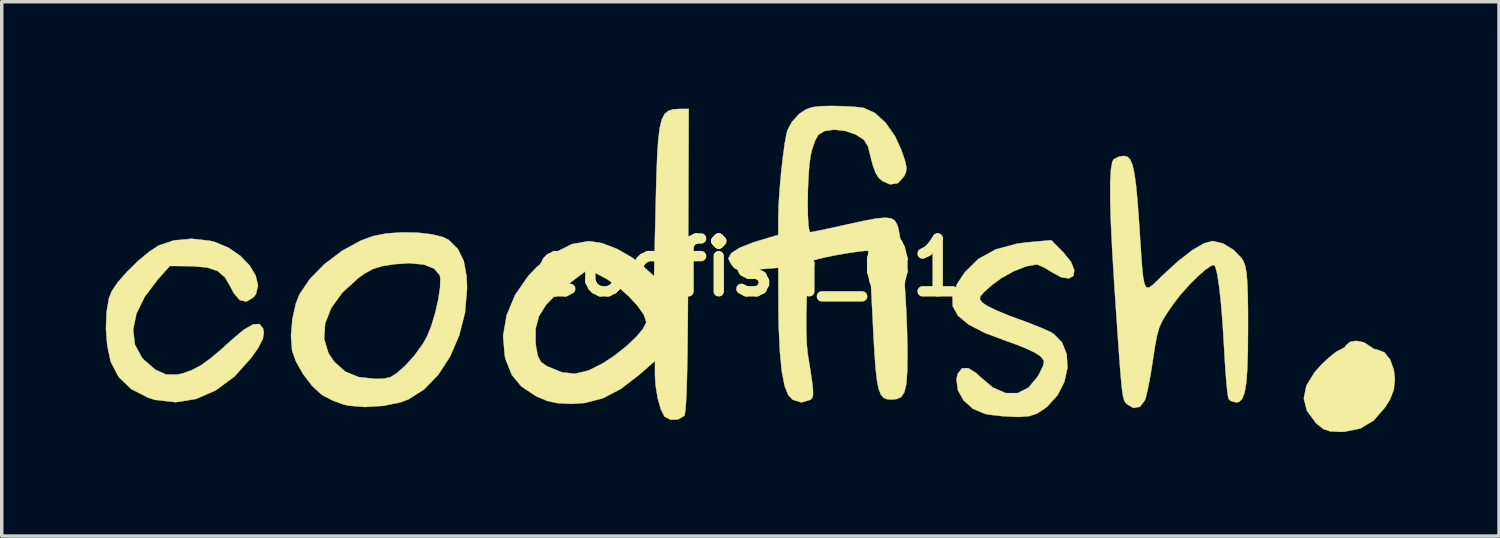
<source format=kicad_pcb>
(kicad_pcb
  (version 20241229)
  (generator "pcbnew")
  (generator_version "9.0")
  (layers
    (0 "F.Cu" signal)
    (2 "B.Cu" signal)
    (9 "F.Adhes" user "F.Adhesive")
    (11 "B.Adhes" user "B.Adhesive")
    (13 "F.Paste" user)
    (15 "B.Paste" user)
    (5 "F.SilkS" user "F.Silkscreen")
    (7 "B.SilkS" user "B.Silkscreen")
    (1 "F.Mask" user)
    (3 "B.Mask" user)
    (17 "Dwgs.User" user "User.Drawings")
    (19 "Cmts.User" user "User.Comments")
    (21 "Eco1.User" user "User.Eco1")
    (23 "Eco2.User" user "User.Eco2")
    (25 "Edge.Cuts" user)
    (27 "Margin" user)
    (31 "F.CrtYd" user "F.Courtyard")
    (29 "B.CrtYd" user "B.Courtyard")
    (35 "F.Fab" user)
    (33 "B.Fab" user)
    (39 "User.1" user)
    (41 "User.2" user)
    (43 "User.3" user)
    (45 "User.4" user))
  (footprint "codfish_01"
    (layer "F.Cu")
    (at 18.547 4.662)
    (property "Reference" "codfish_01" (at 0 0 0) (layer "F.SilkS") (effects (font (size 1.524 1.524) (thickness 0.3))))
    (attr through_hole)
    (fp_poly (pts (xy 17.729 2.158) (xy 17.865 2.244) (xy 18.028 2.352) (xy 18.123 2.371) (xy 18.324 2.449) (xy 18.49 2.655) (xy 18.598 2.952) (xy 18.627 3.219) (xy 18.598 3.524) (xy 18.492 3.799) (xy 18.352 4.026) (xy 18.018 4.412) (xy 17.633 4.644) (xy 17.172 4.738) (xy 17.047 4.741) (xy 16.76 4.726) (xy 16.563 4.659) (xy 16.38 4.513) (xy 16.347 4.481) (xy 16.091 4.136) (xy 16.001 3.778) (xy 16.077 3.404) (xy 16.321 3.011) (xy 16.518 2.794) (xy 16.744 2.584) (xy 16.935 2.432) (xy 17.052 2.371) (xy 17.055 2.371) (xy 17.182 2.302) (xy 17.218 2.244) (xy 17.333 2.149) (xy 17.513 2.117) (xy 17.729 2.158)) (stroke (width 0.01) (type solid)) (fill yes) (layer "F.SilkS"))
    (fp_poly (pts (xy -15.544 -0.77) (xy -15.403 -0.734) (xy -15.008 -0.569) (xy -14.668 -0.336) (xy -14.4 -0.059) (xy -14.224 0.234) (xy -14.156 0.52) (xy -14.216 0.77) (xy -14.288 0.863) (xy -14.491 0.985) (xy -14.685 0.941) (xy -14.863 0.731) (xy -14.935 0.589) (xy -15.103 0.294) (xy -15.319 0.105) (xy -15.621 0.002) (xy -16.044 -0.035) (xy -16.104 -0.036) (xy -16.698 -0.042) (xy -17.04 0.339) (xy -17.422 0.843) (xy -17.663 1.335) (xy -17.758 1.8) (xy -17.707 2.225) (xy -17.506 2.595) (xy -17.44 2.669) (xy -17.114 2.951) (xy -16.809 3.087) (xy -16.484 3.091) (xy -16.315 3.051) (xy -16.057 2.957) (xy -15.808 2.825) (xy -15.536 2.631) (xy -15.206 2.353) (xy -14.919 2.092) (xy -14.566 1.795) (xy -14.298 1.642) (xy -14.114 1.631) (xy -14.009 1.762) (xy -13.987 1.87) (xy -14.018 2.063) (xy -14.156 2.328) (xy -14.355 2.612) (xy -14.841 3.15) (xy -15.376 3.545) (xy -15.944 3.793) (xy -16.531 3.887) (xy -17.119 3.82) (xy -17.317 3.76) (xy -17.808 3.511) (xy -18.175 3.161) (xy -18.402 2.724) (xy -18.413 2.689) (xy -18.505 2.249) (xy -18.542 1.766) (xy -18.525 1.296) (xy -18.456 0.895) (xy -18.381 0.695) (xy -18.205 0.433) (xy -17.933 0.123) (xy -17.613 -0.189) (xy -17.291 -0.457) (xy -17.025 -0.632) (xy -16.584 -0.78) (xy -16.069 -0.827) (xy -15.544 -0.77)) (stroke (width 0.01) (type solid)) (fill yes) (layer "F.SilkS"))
    (fp_poly (pts (xy -9.562 -1.003) (xy -9.145 -0.956) (xy -8.812 -0.872) (xy -8.657 -0.793) (xy -8.392 -0.531) (xy -8.224 -0.188) (xy -8.141 0.265) (xy -8.128 0.605) (xy -8.187 1.3) (xy -8.355 1.963) (xy -8.617 2.57) (xy -8.959 3.096) (xy -9.366 3.517) (xy -9.824 3.807) (xy -10.056 3.893) (xy -10.558 3.993) (xy -11.076 4.025) (xy -11.541 3.987) (xy -11.689 3.953) (xy -11.991 3.843) (xy -12.272 3.7) (xy -12.337 3.658) (xy -12.6 3.412) (xy -12.856 3.077) (xy -13.061 2.716) (xy -13.175 2.394) (xy -13.175 2.392) (xy -13.199 2.057) (xy -12.25 2.057) (xy -12.125 2.471) (xy -11.96 2.718) (xy -11.642 3.002) (xy -11.254 3.162) (xy -10.77 3.214) (xy -10.514 3.206) (xy -10.329 3.159) (xy -10.151 3.046) (xy -9.917 2.839) (xy -9.917 2.839) (xy -9.654 2.55) (xy -9.408 2.211) (xy -9.287 1.999) (xy -9.159 1.684) (xy -9.046 1.31) (xy -8.959 0.925) (xy -8.906 0.576) (xy -8.899 0.312) (xy -8.916 0.223) (xy -9.077 0.034) (xy -9.374 -0.083) (xy -9.79 -0.122) (xy -10.206 -0.095) (xy -10.572 -0.038) (xy -10.839 0.043) (xy -11.078 0.173) (xy -11.268 0.309) (xy -11.726 0.727) (xy -12.045 1.169) (xy -12.221 1.618) (xy -12.25 2.057) (xy -13.199 2.057) (xy -13.206 1.968) (xy -13.165 1.489) (xy -13.064 1.037) (xy -12.96 0.774) (xy -12.659 0.329) (xy -12.235 -0.101) (xy -11.732 -0.48) (xy -11.195 -0.773) (xy -10.847 -0.902) (xy -10.461 -0.979) (xy -10.017 -1.011) (xy -9.562 -1.003)) (stroke (width 0.01) (type solid)) (fill yes) (layer "F.SilkS"))
    (fp_poly (pts (xy 9.064 -0.438) (xy 9.289 -0.159) (xy 9.382 0.076) (xy 9.357 0.242) (xy 9.225 0.318) (xy 9.001 0.282) (xy 8.731 0.134) (xy 8.512 0.001) (xy 8.332 -0.077) (xy 8.287 -0.085) (xy 7.993 -0.031) (xy 7.635 0.11) (xy 7.271 0.313) (xy 6.984 0.527) (xy 6.772 0.719) (xy 6.67 0.838) (xy 6.662 0.923) (xy 6.729 1.009) (xy 6.746 1.026) (xy 6.889 1.119) (xy 7.151 1.245) (xy 7.489 1.385) (xy 7.734 1.475) (xy 8.107 1.613) (xy 8.44 1.746) (xy 8.687 1.857) (xy 8.778 1.907) (xy 9.031 2.165) (xy 9.165 2.506) (xy 9.186 2.896) (xy 9.098 3.299) (xy 8.903 3.682) (xy 8.607 4.009) (xy 8.524 4.074) (xy 8.3 4.217) (xy 8.087 4.288) (xy 7.811 4.31) (xy 7.671 4.309) (xy 7.32 4.29) (xy 6.978 4.252) (xy 6.807 4.222) (xy 6.463 4.078) (xy 6.194 3.839) (xy 6.026 3.542) (xy 5.985 3.225) (xy 6.02 3.068) (xy 6.142 2.911) (xy 6.324 2.903) (xy 6.553 3.045) (xy 6.652 3.14) (xy 7.032 3.462) (xy 7.402 3.623) (xy 7.749 3.624) (xy 8.061 3.466) (xy 8.326 3.149) (xy 8.384 3.044) (xy 8.485 2.834) (xy 8.509 2.712) (xy 8.456 2.616) (xy 8.394 2.552) (xy 8.246 2.457) (xy 7.981 2.332) (xy 7.642 2.198) (xy 7.424 2.122) (xy 6.797 1.886) (xy 6.334 1.646) (xy 6.029 1.392) (xy 5.877 1.117) (xy 5.872 0.81) (xy 6.01 0.463) (xy 6.219 0.149) (xy 6.616 -0.245) (xy 7.12 -0.522) (xy 7.742 -0.688) (xy 8.063 -0.728) (xy 8.718 -0.785) (xy 9.064 -0.438)) (stroke (width 0.01) (type solid)) (fill yes) (layer "F.SilkS"))
    (fp_poly (pts (xy -1.752 -0.205) (xy -1.757 0.848) (xy -1.764 1.742) (xy -1.772 2.484) (xy -1.784 3.085) (xy -1.797 3.553) (xy -1.814 3.899) (xy -1.833 4.13) (xy -1.856 4.256) (xy -1.868 4.282) (xy -2.042 4.383) (xy -2.259 4.391) (xy -2.432 4.302) (xy -2.436 4.297) (xy -2.542 4.087) (xy -2.632 3.768) (xy -2.692 3.399) (xy -2.709 3.105) (xy -2.709 2.696) (xy -3.154 3.087) (xy -3.693 3.502) (xy -4.209 3.772) (xy -4.734 3.909) (xy -5.122 3.934) (xy -5.509 3.916) (xy -5.812 3.852) (xy -6.112 3.724) (xy -6.152 3.704) (xy -6.562 3.433) (xy -6.838 3.1) (xy -7.013 2.662) (xy -7.04 2.555) (xy -7.074 2.16) (xy -6.153 2.16) (xy -6.138 2.291) (xy -6.085 2.561) (xy -5.999 2.722) (xy -5.843 2.836) (xy -5.813 2.853) (xy -5.397 3.023) (xy -5.017 3.065) (xy -4.629 2.974) (xy -4.205 2.761) (xy -3.86 2.531) (xy -3.534 2.271) (xy -3.256 2.009) (xy -3.057 1.774) (xy -2.966 1.595) (xy -2.963 1.569) (xy -3.029 1.37) (xy -3.206 1.114) (xy -3.461 0.836) (xy -3.762 0.57) (xy -4.076 0.349) (xy -4.177 0.292) (xy -4.634 0.053) (xy -5.047 0.359) (xy -5.519 0.736) (xy -5.85 1.077) (xy -6.055 1.409) (xy -6.151 1.761) (xy -6.153 2.16) (xy -7.074 2.16) (xy -7.09 1.975) (xy -6.987 1.378) (xy -6.743 0.793) (xy -6.366 0.249) (xy -6.123 -0.007) (xy -5.606 -0.421) (xy -5.104 -0.672) (xy -4.621 -0.759) (xy -4.614 -0.759) (xy -4.234 -0.699) (xy -3.802 -0.534) (xy -3.373 -0.288) (xy -3.071 -0.053) (xy -2.736 0.25) (xy -2.686 -1.902) (xy -2.667 -2.645) (xy -2.644 -3.235) (xy -2.614 -3.691) (xy -2.571 -4.03) (xy -2.512 -4.269) (xy -2.431 -4.425) (xy -2.324 -4.516) (xy -2.187 -4.558) (xy -2.015 -4.57) (xy -1.99 -4.571) (xy -1.736 -4.572) (xy -1.752 -0.205)) (stroke (width 0.01) (type solid)) (fill yes) (layer "F.SilkS"))
    (fp_poly (pts (xy 10.911 -3.195) (xy 10.993 -3.114) (xy 11.061 -2.957) (xy 11.117 -2.706) (xy 11.166 -2.342) (xy 11.211 -1.847) (xy 11.258 -1.202) (xy 11.261 -1.143) (xy 11.301 -0.523) (xy 11.334 -0.056) (xy 11.367 0.272) (xy 11.407 0.477) (xy 11.461 0.574) (xy 11.538 0.579) (xy 11.643 0.505) (xy 11.785 0.37) (xy 11.922 0.235) (xy 12.382 -0.185) (xy 12.786 -0.498) (xy 13.119 -0.694) (xy 13.367 -0.762) (xy 13.369 -0.762) (xy 13.67 -0.691) (xy 13.974 -0.509) (xy 14.213 -0.26) (xy 14.262 -0.177) (xy 14.31 -0.052) (xy 14.345 0.128) (xy 14.369 0.386) (xy 14.384 0.748) (xy 14.392 1.236) (xy 14.393 1.719) (xy 14.388 2.405) (xy 14.372 2.939) (xy 14.341 3.337) (xy 14.293 3.614) (xy 14.226 3.789) (xy 14.137 3.876) (xy 14.051 3.895) (xy 13.887 3.846) (xy 13.834 3.795) (xy 13.809 3.68) (xy 13.78 3.427) (xy 13.749 3.065) (xy 13.719 2.626) (xy 13.701 2.292) (xy 13.661 1.627) (xy 13.614 1.045) (xy 13.562 0.565) (xy 13.507 0.205) (xy 13.452 -0.014) (xy 13.422 -0.068) (xy 13.33 -0.05) (xy 13.158 0.07) (xy 12.935 0.267) (xy 12.691 0.512) (xy 12.452 0.779) (xy 12.249 1.041) (xy 12.248 1.042) (xy 12.06 1.313) (xy 11.928 1.526) (xy 11.837 1.724) (xy 11.771 1.952) (xy 11.713 2.253) (xy 11.649 2.672) (xy 11.639 2.742) (xy 11.576 3.131) (xy 11.509 3.48) (xy 11.448 3.739) (xy 11.419 3.831) (xy 11.276 4.019) (xy 11.086 4.053) (xy 10.893 3.938) (xy 10.858 3.9) (xy 10.829 3.852) (xy 10.803 3.777) (xy 10.779 3.658) (xy 10.755 3.48) (xy 10.73 3.225) (xy 10.701 2.877) (xy 10.667 2.419) (xy 10.627 1.836) (xy 10.578 1.11) (xy 10.543 0.593) (xy 10.481 -0.409) (xy 10.44 -1.248) (xy 10.419 -1.926) (xy 10.419 -2.45) (xy 10.439 -2.822) (xy 10.479 -3.047) (xy 10.516 -3.116) (xy 10.678 -3.198) (xy 10.809 -3.217) (xy 10.911 -3.195)) (stroke (width 0.01) (type solid)) (fill yes) (layer "F.SilkS"))
    (fp_poly (pts (xy 2.745 -4.649) (xy 3.071 -4.63) (xy 3.3 -4.602) (xy 3.305 -4.601) (xy 3.628 -4.458) (xy 3.94 -4.175) (xy 4.214 -3.784) (xy 4.396 -3.386) (xy 4.499 -3.086) (xy 4.543 -2.893) (xy 4.531 -2.754) (xy 4.475 -2.628) (xy 4.295 -2.429) (xy 4.072 -2.394) (xy 3.851 -2.49) (xy 3.74 -2.586) (xy 3.651 -2.73) (xy 3.569 -2.958) (xy 3.479 -3.303) (xy 3.438 -3.483) (xy 3.316 -3.68) (xy 3.077 -3.835) (xy 2.774 -3.937) (xy 2.456 -3.973) (xy 2.176 -3.932) (xy 2.003 -3.825) (xy 1.908 -3.655) (xy 1.818 -3.391) (xy 1.779 -3.221) (xy 1.743 -2.955) (xy 1.717 -2.614) (xy 1.701 -2.233) (xy 1.695 -1.849) (xy 1.7 -1.5) (xy 1.716 -1.222) (xy 1.743 -1.052) (xy 1.767 -1.016) (xy 1.874 -1.034) (xy 2.111 -1.082) (xy 2.439 -1.152) (xy 2.778 -1.228) (xy 3.295 -1.341) (xy 3.673 -1.411) (xy 3.935 -1.436) (xy 4.108 -1.414) (xy 4.214 -1.344) (xy 4.279 -1.224) (xy 4.31 -1.122) (xy 4.36 -0.855) (xy 4.41 -0.454) (xy 4.458 0.046) (xy 4.5 0.612) (xy 4.535 1.208) (xy 4.559 1.799) (xy 4.571 2.35) (xy 4.572 2.509) (xy 4.565 3.01) (xy 4.538 3.366) (xy 4.482 3.601) (xy 4.39 3.737) (xy 4.252 3.798) (xy 4.111 3.81) (xy 3.986 3.801) (xy 3.887 3.761) (xy 3.808 3.672) (xy 3.746 3.518) (xy 3.696 3.279) (xy 3.656 2.939) (xy 3.621 2.48) (xy 3.588 1.884) (xy 3.558 1.28) (xy 3.532 0.758) (xy 3.507 0.297) (xy 3.484 -0.078) (xy 3.465 -0.342) (xy 3.451 -0.468) (xy 3.448 -0.475) (xy 3.354 -0.478) (xy 3.139 -0.455) (xy 2.851 -0.413) (xy 2.533 -0.358) (xy 2.233 -0.299) (xy 2.024 -0.25) (xy 1.719 -0.17) (xy 1.667 0.91) (xy 1.653 1.377) (xy 1.654 1.837) (xy 1.67 2.233) (xy 1.697 2.498) (xy 1.774 2.978) (xy 1.824 3.318) (xy 1.848 3.544) (xy 1.848 3.684) (xy 1.826 3.763) (xy 1.782 3.809) (xy 1.769 3.817) (xy 1.512 3.893) (xy 1.268 3.818) (xy 1.135 3.683) (xy 1.031 3.424) (xy 0.949 3.004) (xy 0.892 2.43) (xy 0.859 1.708) (xy 0.85 1.127) (xy 0.847 0.01) (xy 0.241 0.061) (xy -0.083 0.082) (xy -0.284 0.075) (xy -0.402 0.032) (xy -0.478 -0.045) (xy -0.569 -0.194) (xy -0.593 -0.264) (xy -0.51 -0.411) (xy -0.272 -0.565) (xy 0.111 -0.717) (xy 0.258 -0.763) (xy 0.847 -0.939) (xy 0.847 -1.434) (xy 0.857 -1.806) (xy 0.886 -2.251) (xy 0.928 -2.725) (xy 0.979 -3.183) (xy 1.033 -3.581) (xy 1.088 -3.874) (xy 1.111 -3.959) (xy 1.238 -4.195) (xy 1.438 -4.416) (xy 1.475 -4.446) (xy 1.647 -4.558) (xy 1.829 -4.622) (xy 2.077 -4.651) (xy 2.389 -4.657) (xy 2.745 -4.649)) (stroke (width 0.01) (type solid)) (fill yes) (layer "F.SilkS")))
  (gr_rect
    (start -3 -3)
    (end 40.178 12.408)
    (stroke (width 0.1) (type default))
    (fill no)
    (layer "Edge.Cuts")))
</source>
